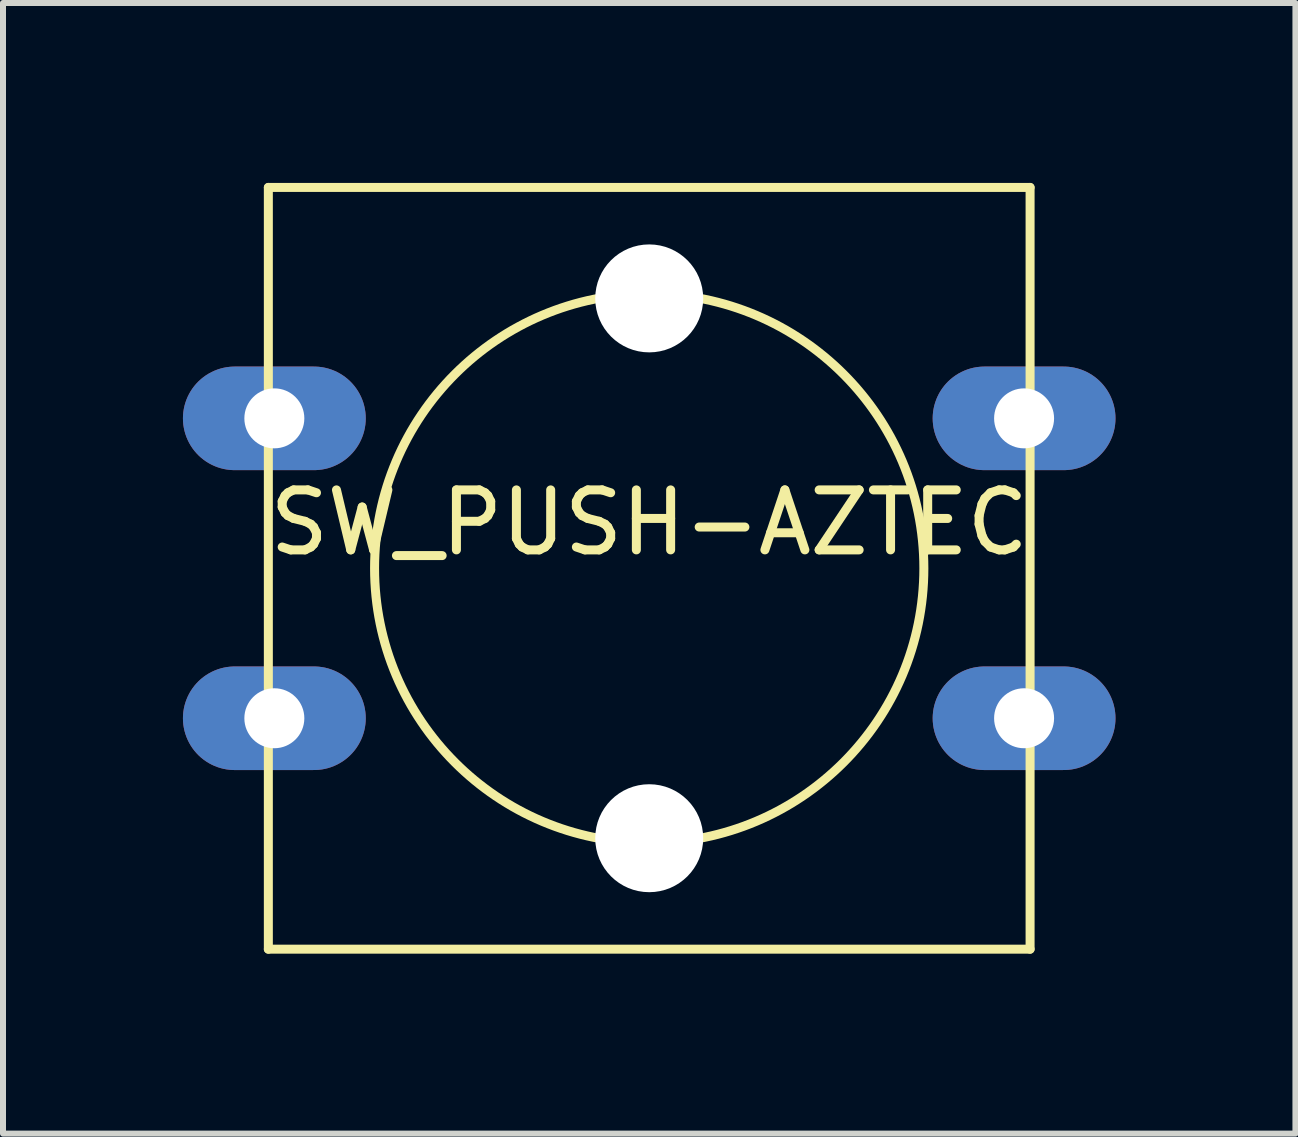
<source format=kicad_pcb>
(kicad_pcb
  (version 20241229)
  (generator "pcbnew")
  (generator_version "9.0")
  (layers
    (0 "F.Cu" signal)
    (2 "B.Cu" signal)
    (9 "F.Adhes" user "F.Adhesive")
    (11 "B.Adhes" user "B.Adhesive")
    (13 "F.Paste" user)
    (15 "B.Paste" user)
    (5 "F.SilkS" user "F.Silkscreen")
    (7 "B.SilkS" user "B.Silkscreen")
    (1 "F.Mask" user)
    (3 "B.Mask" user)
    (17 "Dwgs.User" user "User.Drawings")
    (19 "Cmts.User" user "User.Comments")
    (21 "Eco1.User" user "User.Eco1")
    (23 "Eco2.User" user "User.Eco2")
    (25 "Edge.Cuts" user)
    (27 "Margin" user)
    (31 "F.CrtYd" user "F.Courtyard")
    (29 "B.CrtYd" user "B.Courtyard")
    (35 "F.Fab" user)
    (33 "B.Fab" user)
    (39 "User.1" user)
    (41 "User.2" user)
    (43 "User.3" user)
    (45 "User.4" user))
  (footprint "SW_PUSH-AZTEC"
    (layer "F.Cu")
    (at 7.774 6.425)
    (property "Reference" "SW_PUSH-AZTEC" (at 0 -0.762 0) (layer "F.SilkS") (effects (font (size 1 1) (thickness 0.15))))
    (attr through_hole)
    (fp_line (start -6.35 -6.35) (end 6.35 -6.35) (stroke (width 0.15) (type solid)) (layer "F.SilkS"))
    (fp_line (start -6.35 6.35) (end -6.35 -6.35) (stroke (width 0.15) (type solid)) (layer "F.SilkS"))
    (fp_line (start 6.35 -6.35) (end 6.35 6.35) (stroke (width 0.15) (type solid)) (layer "F.SilkS"))
    (fp_line (start 6.35 6.35) (end -6.35 6.35) (stroke (width 0.15) (type solid)) (layer "F.SilkS"))
    (fp_circle (center 0 0) (end 3.81 2.54) (stroke (width 0.15) (type solid)) (fill no) (layer "F.SilkS"))
    (pad "" np_thru_hole circle (at 0 -4.5) (size 1.8 1.8) (drill 1.8) (layers "*.Cu" "*.Mask"))
    (pad "" np_thru_hole circle (at 0 4.5) (size 1.8 1.8) (drill 1.8) (layers "*.Cu" "*.Mask"))
    (pad "1" thru_hole oval (at -6.25 -2.5) (size 3.048 1.727) (drill 1) (layers "*.Cu" "*.Mask"))
    (pad "2" thru_hole oval (at -6.25 2.5) (size 3.048 1.727) (drill 1) (layers "*.Cu" "*.Mask"))
    (pad "3" thru_hole oval (at 6.25 -2.5) (size 3.048 1.727) (drill 1) (layers "*.Cu" "*.Mask"))
    (pad "4" thru_hole oval (at 6.25 2.5) (size 3.048 1.727) (drill 1) (layers "*.Cu" "*.Mask")))
  (gr_rect
    (start -3 -3)
    (end 18.548 15.85)
    (stroke (width 0.1) (type default))
    (fill no)
    (layer "Edge.Cuts")))
</source>
